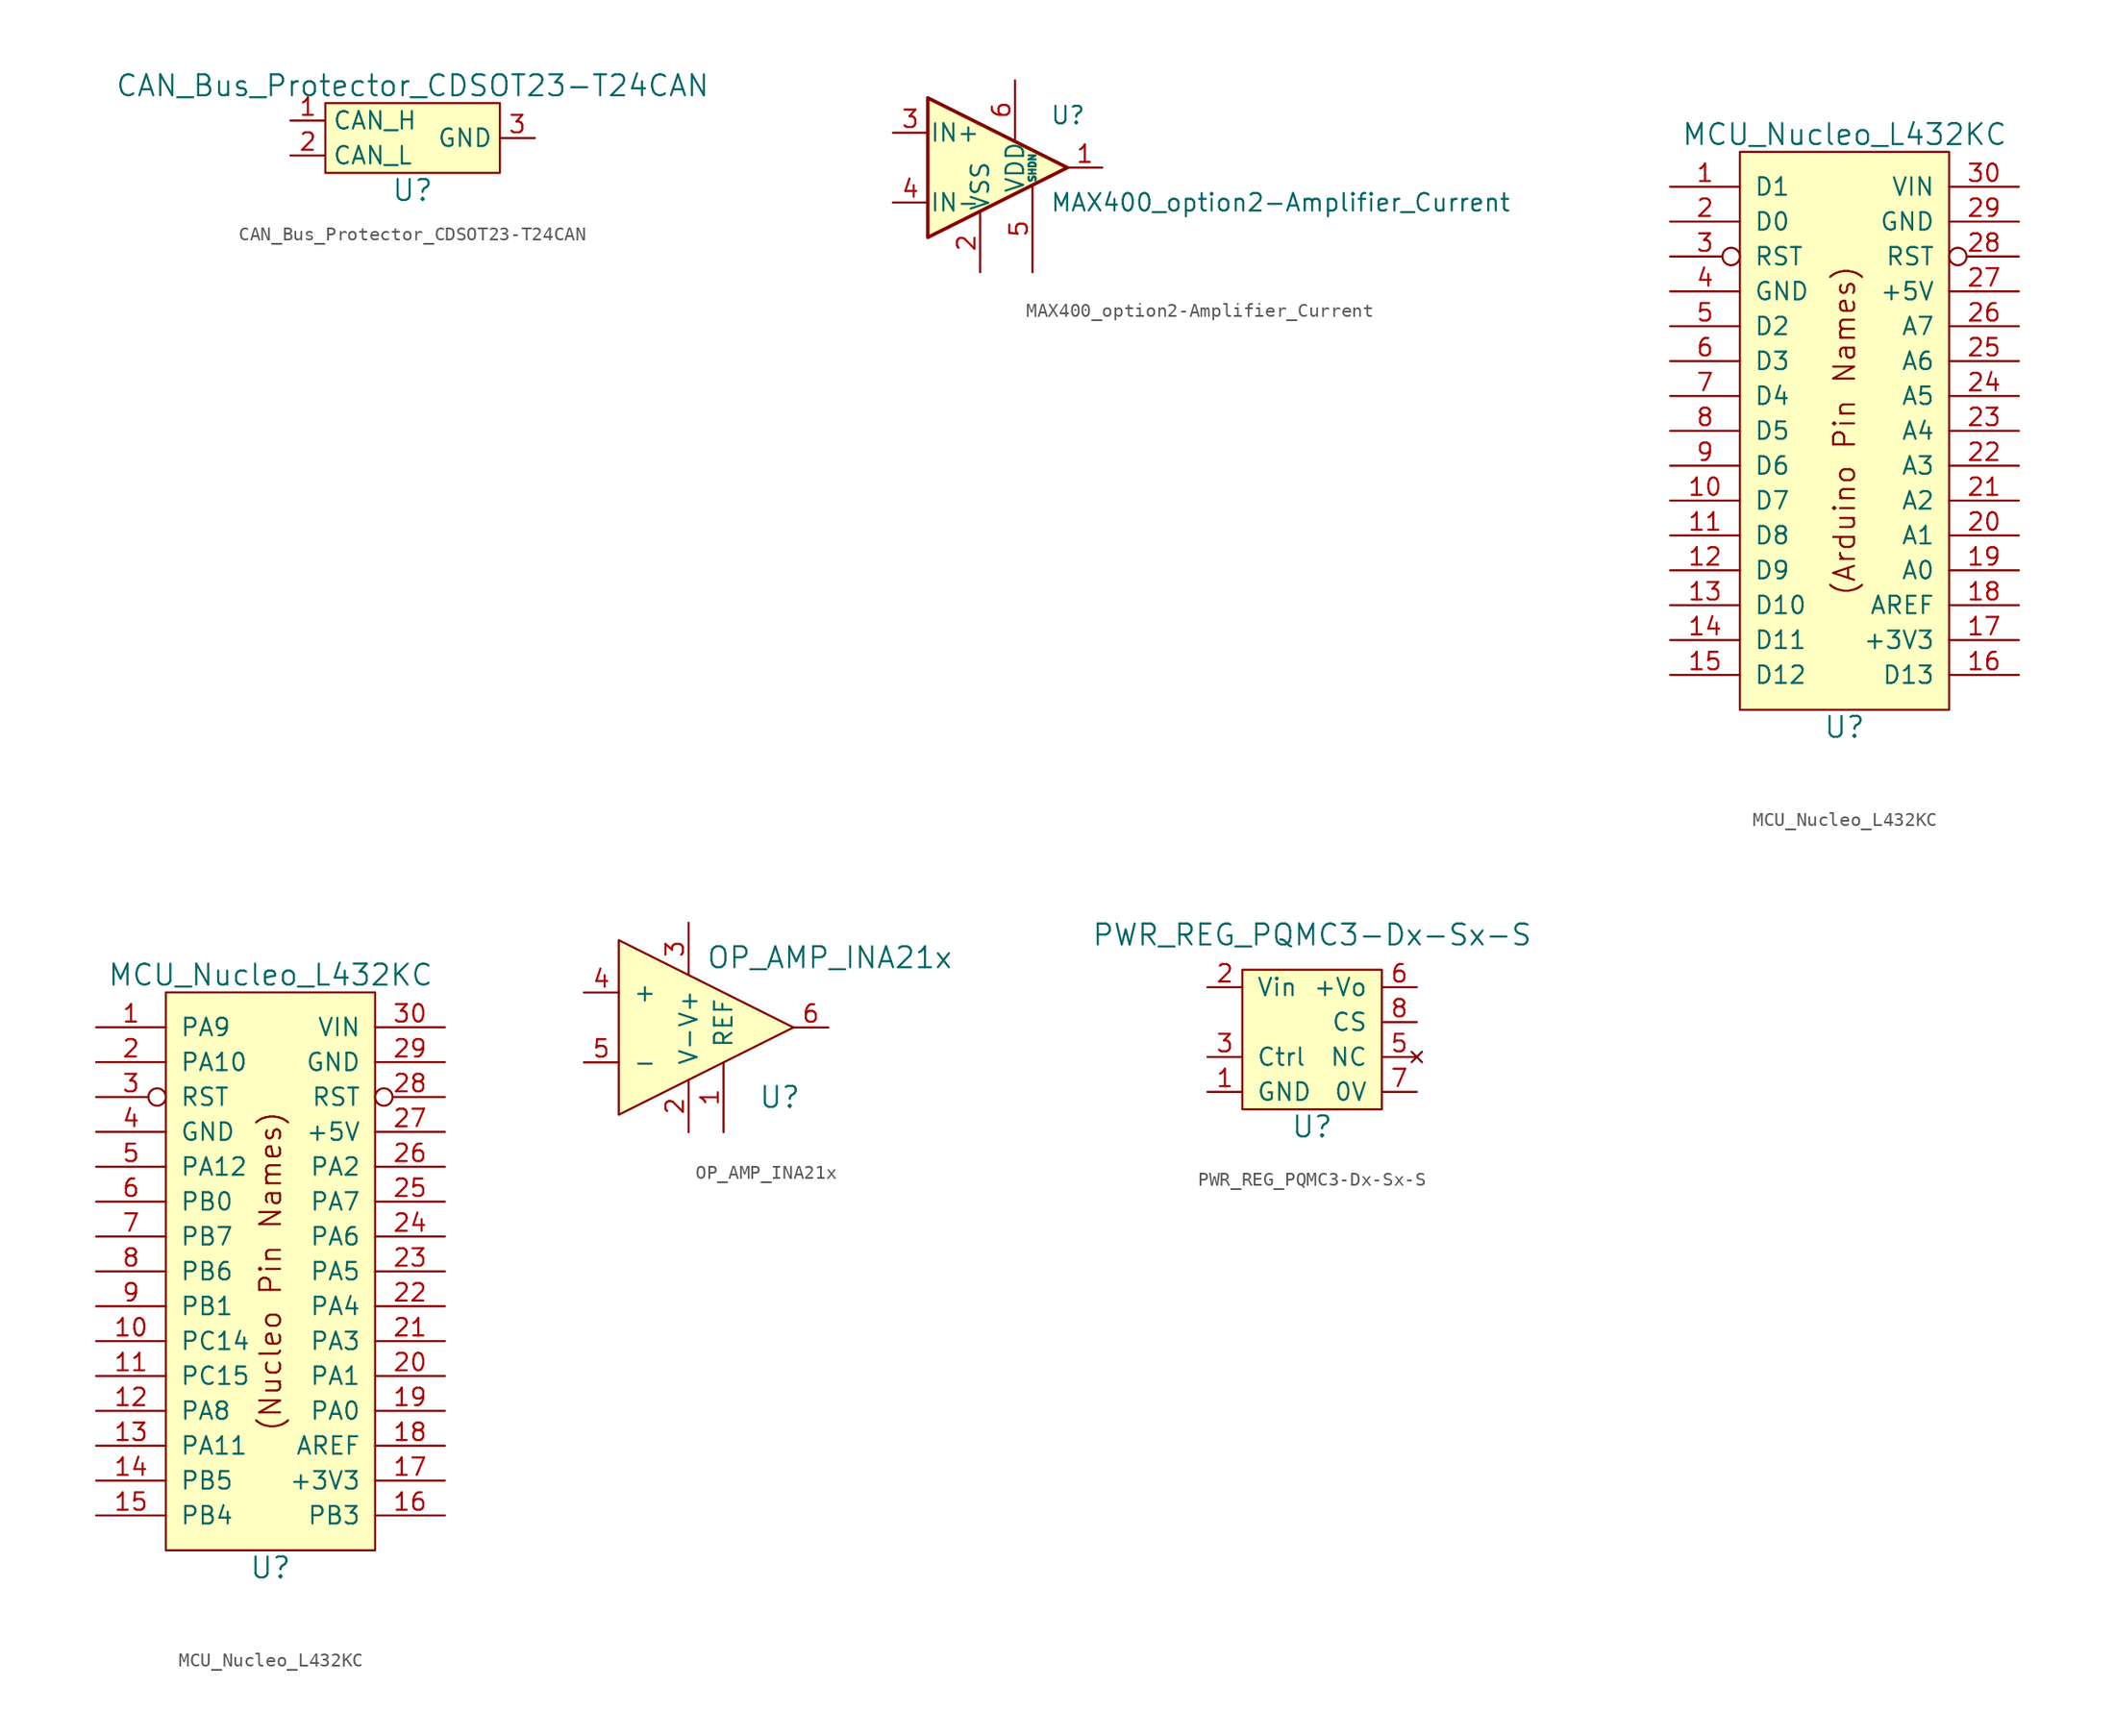
<source format=kicad_sym>
(kicad_symbol_lib
  (version 20211014)
  (generator kicad_symbol_editor)
  (symbol "CAN_Bus_Protector_CDSOT23-T24CAN"
    (property "Reference" "U"
      (at 0 -3.81 0)
      (effects (font (size 1.524 1.524))))
    (property "Value" "CAN_Bus_Protector_CDSOT23-T24CAN"
      (at 0 3.81 0)
      (effects (font (size 1.524 1.524))))
    (symbol "CAN_Bus_Protector_CDSOT23-T24CAN_0_1"
      (rectangle (start 6.35 2.54) (end -6.35 -2.54) (stroke (width 0) (type default) (color 0 0 0 0)) (fill (type background))))
    (symbol "CAN_Bus_Protector_CDSOT23-T24CAN_1_1"
      (pin passive line (at -8.89 1.27 0) (length 2.54) (name "CAN_H" (effects (font (size 1.27 1.27)))) (number "1" (effects (font (size 1.27 1.27)))))
      (pin passive line (at -8.89 -1.27 0) (length 2.54) (name "CAN_L" (effects (font (size 1.27 1.27)))) (number "2" (effects (font (size 1.27 1.27)))))
      (pin passive line (at 8.89 0 180) (length 2.54) (name "GND" (effects (font (size 1.27 1.27)))) (number "3" (effects (font (size 1.27 1.27)))))))
  (symbol "MAX400_option2-Amplifier_Current"
    (pin_names
      (offset 0.127))
    (property "Reference" "U"
      (at 3.81 3.81 0)
      (effects (font (size 1.27 1.27)) (justify left)))
    (property "Value" "MAX400_option2-Amplifier_Current"
      (at 3.81 -2.54 0)
      (effects (font (size 1.27 1.27)) (justify left)))
    (symbol "MAX400_option2-Amplifier_Current_0_1"
      (polyline (pts (xy 5.08 0) (xy -5.08 5.08) (xy -5.08 -5.08) (xy 5.08 0)) (stroke (width 0.254) (type default) (color 0 0 0 0)) (fill (type background))))
    (symbol "MAX400_option2-Amplifier_Current_1_1"
      (pin output line (at 7.62 0 180) (length 2.54) (name "~" (effects (font (size 1.27 1.27)))) (number "1" (effects (font (size 1.27 1.27)))))
      (pin power_in line (at -1.27 -7.62 90) (length 4.293) (name "VSS" (effects (font (size 1.27 1.27)))) (number "2" (effects (font (size 1.27 1.27)))))
      (pin input line (at -7.62 2.54 0) (length 2.54) (name "IN+" (effects (font (size 1.27 1.27)))) (number "3" (effects (font (size 1.27 1.27)))))
      (pin input line (at -7.62 -2.54 0) (length 2.54) (name "IN-" (effects (font (size 1.27 1.27)))) (number "4" (effects (font (size 1.27 1.27)))))
      (pin input line (at 2.54 -7.62 90) (length 6.35) (name "SHDN" (effects (font (size 0.508 0.508)))) (number "5" (effects (font (size 1.27 1.27)))))
      (pin power_in line (at 1.27 6.35 270) (length 4.293) (name "VDD" (effects (font (size 1.27 1.27)))) (number "6" (effects (font (size 1.27 1.27)))))))
  (symbol "MCU_Nucleo_L432KC"
    (pin_names
      (offset 1.016))
    (property "Reference" "U"
      (at 0 -21.59 0)
      (effects (font (size 1.524 1.524))))
    (property "Value" "MCU_Nucleo_L432KC"
      (at 0 21.59 0)
      (effects (font (size 1.524 1.524))))
    (symbol "MCU_Nucleo_L432KC_0_0"
      (rectangle (start -7.62 20.32) (end 7.62 -20.32) (stroke (width 0) (type default) (color 0 0 0 0)) (fill (type background))))
    (symbol "MCU_Nucleo_L432KC_0_1"
      (text "(Arduino Pin Names)" (at 0 0 900) (effects (font (size 1.524 1.524)))))
    (symbol "MCU_Nucleo_L432KC_0_2"
      (text "(Nucleo Pin Names)" (at 0 0 900) (effects (font (size 1.524 1.524)))))
    (symbol "MCU_Nucleo_L432KC_1_1"
      (pin bidirectional line (at -12.7 17.78 0) (length 5.08) (name "D1" (effects (font (size 1.27 1.27)))) (number "1" (effects (font (size 1.27 1.27)))))
      (pin bidirectional line (at -12.7 -5.08 0) (length 5.08) (name "D7" (effects (font (size 1.27 1.27)))) (number "10" (effects (font (size 1.27 1.27)))))
      (pin bidirectional line (at -12.7 -7.62 0) (length 5.08) (name "D8" (effects (font (size 1.27 1.27)))) (number "11" (effects (font (size 1.27 1.27)))))
      (pin bidirectional line (at -12.7 -10.16 0) (length 5.08) (name "D9" (effects (font (size 1.27 1.27)))) (number "12" (effects (font (size 1.27 1.27)))))
      (pin bidirectional line (at -12.7 -12.7 0) (length 5.08) (name "D10" (effects (font (size 1.27 1.27)))) (number "13" (effects (font (size 1.27 1.27)))))
      (pin bidirectional line (at -12.7 -15.24 0) (length 5.08) (name "D11" (effects (font (size 1.27 1.27)))) (number "14" (effects (font (size 1.27 1.27)))))
      (pin bidirectional line (at -12.7 -17.78 0) (length 5.08) (name "D12" (effects (font (size 1.27 1.27)))) (number "15" (effects (font (size 1.27 1.27)))))
      (pin bidirectional line (at 12.7 -17.78 180) (length 5.08) (name "D13" (effects (font (size 1.27 1.27)))) (number "16" (effects (font (size 1.27 1.27)))))
      (pin power_out line (at 12.7 -15.24 180) (length 5.08) (name "+3V3" (effects (font (size 1.27 1.27)))) (number "17" (effects (font (size 1.27 1.27)))))
      (pin input line (at 12.7 -12.7 180) (length 5.08) (name "AREF" (effects (font (size 1.27 1.27)))) (number "18" (effects (font (size 1.27 1.27)))))
      (pin bidirectional line (at 12.7 -10.16 180) (length 5.08) (name "A0" (effects (font (size 1.27 1.27)))) (number "19" (effects (font (size 1.27 1.27)))))
      (pin bidirectional line (at -12.7 15.24 0) (length 5.08) (name "D0" (effects (font (size 1.27 1.27)))) (number "2" (effects (font (size 1.27 1.27)))))
      (pin bidirectional line (at 12.7 -7.62 180) (length 5.08) (name "A1" (effects (font (size 1.27 1.27)))) (number "20" (effects (font (size 1.27 1.27)))))
      (pin bidirectional line (at 12.7 -5.08 180) (length 5.08) (name "A2" (effects (font (size 1.27 1.27)))) (number "21" (effects (font (size 1.27 1.27)))))
      (pin bidirectional line (at 12.7 -2.54 180) (length 5.08) (name "A3" (effects (font (size 1.27 1.27)))) (number "22" (effects (font (size 1.27 1.27)))))
      (pin bidirectional line (at 12.7 0 180) (length 5.08) (name "A4" (effects (font (size 1.27 1.27)))) (number "23" (effects (font (size 1.27 1.27)))))
      (pin bidirectional line (at 12.7 2.54 180) (length 5.08) (name "A5" (effects (font (size 1.27 1.27)))) (number "24" (effects (font (size 1.27 1.27)))))
      (pin bidirectional line (at 12.7 5.08 180) (length 5.08) (name "A6" (effects (font (size 1.27 1.27)))) (number "25" (effects (font (size 1.27 1.27)))))
      (pin bidirectional line (at 12.7 7.62 180) (length 5.08) (name "A7" (effects (font (size 1.27 1.27)))) (number "26" (effects (font (size 1.27 1.27)))))
      (pin power_out line (at 12.7 10.16 180) (length 5.08) (name "+5V" (effects (font (size 1.27 1.27)))) (number "27" (effects (font (size 1.27 1.27)))))
      (pin input inverted (at 12.7 12.7 180) (length 5.08) (name "RST" (effects (font (size 1.27 1.27)))) (number "28" (effects (font (size 1.27 1.27)))))
      (pin power_in line (at 12.7 15.24 180) (length 5.08) (name "GND" (effects (font (size 1.27 1.27)))) (number "29" (effects (font (size 1.27 1.27)))))
      (pin input inverted (at -12.7 12.7 0) (length 5.08) (name "RST" (effects (font (size 1.27 1.27)))) (number "3" (effects (font (size 1.27 1.27)))))
      (pin power_in line (at 12.7 17.78 180) (length 5.08) (name "VIN" (effects (font (size 1.27 1.27)))) (number "30" (effects (font (size 1.27 1.27)))))
      (pin power_in line (at -12.7 10.16 0) (length 5.08) (name "GND" (effects (font (size 1.27 1.27)))) (number "4" (effects (font (size 1.27 1.27)))))
      (pin bidirectional line (at -12.7 7.62 0) (length 5.08) (name "D2" (effects (font (size 1.27 1.27)))) (number "5" (effects (font (size 1.27 1.27)))))
      (pin bidirectional line (at -12.7 5.08 0) (length 5.08) (name "D3" (effects (font (size 1.27 1.27)))) (number "6" (effects (font (size 1.27 1.27)))))
      (pin bidirectional line (at -12.7 2.54 0) (length 5.08) (name "D4" (effects (font (size 1.27 1.27)))) (number "7" (effects (font (size 1.27 1.27)))))
      (pin bidirectional line (at -12.7 0 0) (length 5.08) (name "D5" (effects (font (size 1.27 1.27)))) (number "8" (effects (font (size 1.27 1.27)))))
      (pin bidirectional line (at -12.7 -2.54 0) (length 5.08) (name "D6" (effects (font (size 1.27 1.27)))) (number "9" (effects (font (size 1.27 1.27))))))
    (symbol "MCU_Nucleo_L432KC_1_2"
      (pin bidirectional line (at -12.7 17.78 0) (length 5.08) (name "PA9" (effects (font (size 1.27 1.27)))) (number "1" (effects (font (size 1.27 1.27)))))
      (pin bidirectional line (at -12.7 -5.08 0) (length 5.08) (name "PC14" (effects (font (size 1.27 1.27)))) (number "10" (effects (font (size 1.27 1.27)))))
      (pin bidirectional line (at -12.7 -7.62 0) (length 5.08) (name "PC15" (effects (font (size 1.27 1.27)))) (number "11" (effects (font (size 1.27 1.27)))))
      (pin bidirectional line (at -12.7 -10.16 0) (length 5.08) (name "PA8" (effects (font (size 1.27 1.27)))) (number "12" (effects (font (size 1.27 1.27)))))
      (pin bidirectional line (at -12.7 -12.7 0) (length 5.08) (name "PA11" (effects (font (size 1.27 1.27)))) (number "13" (effects (font (size 1.27 1.27)))))
      (pin bidirectional line (at -12.7 -15.24 0) (length 5.08) (name "PB5" (effects (font (size 1.27 1.27)))) (number "14" (effects (font (size 1.27 1.27)))))
      (pin bidirectional line (at -12.7 -17.78 0) (length 5.08) (name "PB4" (effects (font (size 1.27 1.27)))) (number "15" (effects (font (size 1.27 1.27)))))
      (pin bidirectional line (at 12.7 -17.78 180) (length 5.08) (name "PB3" (effects (font (size 1.27 1.27)))) (number "16" (effects (font (size 1.27 1.27)))))
      (pin power_out line (at 12.7 -15.24 180) (length 5.08) (name "+3V3" (effects (font (size 1.27 1.27)))) (number "17" (effects (font (size 1.27 1.27)))))
      (pin input line (at 12.7 -12.7 180) (length 5.08) (name "AREF" (effects (font (size 1.27 1.27)))) (number "18" (effects (font (size 1.27 1.27)))))
      (pin bidirectional line (at 12.7 -10.16 180) (length 5.08) (name "PA0" (effects (font (size 1.27 1.27)))) (number "19" (effects (font (size 1.27 1.27)))))
      (pin bidirectional line (at -12.7 15.24 0) (length 5.08) (name "PA10" (effects (font (size 1.27 1.27)))) (number "2" (effects (font (size 1.27 1.27)))))
      (pin bidirectional line (at 12.7 -7.62 180) (length 5.08) (name "PA1" (effects (font (size 1.27 1.27)))) (number "20" (effects (font (size 1.27 1.27)))))
      (pin bidirectional line (at 12.7 -5.08 180) (length 5.08) (name "PA3" (effects (font (size 1.27 1.27)))) (number "21" (effects (font (size 1.27 1.27)))))
      (pin bidirectional line (at 12.7 -2.54 180) (length 5.08) (name "PA4" (effects (font (size 1.27 1.27)))) (number "22" (effects (font (size 1.27 1.27)))))
      (pin bidirectional line (at 12.7 0 180) (length 5.08) (name "PA5" (effects (font (size 1.27 1.27)))) (number "23" (effects (font (size 1.27 1.27)))))
      (pin bidirectional line (at 12.7 2.54 180) (length 5.08) (name "PA6" (effects (font (size 1.27 1.27)))) (number "24" (effects (font (size 1.27 1.27)))))
      (pin bidirectional line (at 12.7 5.08 180) (length 5.08) (name "PA7" (effects (font (size 1.27 1.27)))) (number "25" (effects (font (size 1.27 1.27)))))
      (pin bidirectional line (at 12.7 7.62 180) (length 5.08) (name "PA2" (effects (font (size 1.27 1.27)))) (number "26" (effects (font (size 1.27 1.27)))))
      (pin power_out line (at 12.7 10.16 180) (length 5.08) (name "+5V" (effects (font (size 1.27 1.27)))) (number "27" (effects (font (size 1.27 1.27)))))
      (pin input inverted (at 12.7 12.7 180) (length 5.08) (name "RST" (effects (font (size 1.27 1.27)))) (number "28" (effects (font (size 1.27 1.27)))))
      (pin power_in line (at 12.7 15.24 180) (length 5.08) (name "GND" (effects (font (size 1.27 1.27)))) (number "29" (effects (font (size 1.27 1.27)))))
      (pin input inverted (at -12.7 12.7 0) (length 5.08) (name "RST" (effects (font (size 1.27 1.27)))) (number "3" (effects (font (size 1.27 1.27)))))
      (pin power_in line (at 12.7 17.78 180) (length 5.08) (name "VIN" (effects (font (size 1.27 1.27)))) (number "30" (effects (font (size 1.27 1.27)))))
      (pin power_in line (at -12.7 10.16 0) (length 5.08) (name "GND" (effects (font (size 1.27 1.27)))) (number "4" (effects (font (size 1.27 1.27)))))
      (pin bidirectional line (at -12.7 7.62 0) (length 5.08) (name "PA12" (effects (font (size 1.27 1.27)))) (number "5" (effects (font (size 1.27 1.27)))))
      (pin bidirectional line (at -12.7 5.08 0) (length 5.08) (name "PB0" (effects (font (size 1.27 1.27)))) (number "6" (effects (font (size 1.27 1.27)))))
      (pin bidirectional line (at -12.7 2.54 0) (length 5.08) (name "PB7" (effects (font (size 1.27 1.27)))) (number "7" (effects (font (size 1.27 1.27)))))
      (pin bidirectional line (at -12.7 0 0) (length 5.08) (name "PB6" (effects (font (size 1.27 1.27)))) (number "8" (effects (font (size 1.27 1.27)))))
      (pin bidirectional line (at -12.7 -2.54 0) (length 5.08) (name "PB1" (effects (font (size 1.27 1.27)))) (number "9" (effects (font (size 1.27 1.27)))))))
  (symbol "OP_AMP_INA21x"
    (pin_names
      (offset 1.016))
    (property "Reference" "U"
      (at 5.08 -5.08 0)
      (effects (font (size 1.524 1.524)) (justify left)))
    (property "Value" "OP_AMP_INA21x"
      (at 1.27 5.08 0)
      (effects (font (size 1.524 1.524)) (justify left)))
    (symbol "OP_AMP_INA21x_0_1"
      (polyline (pts (xy -5.08 6.35) (xy 7.62 0) (xy -5.08 -6.35) (xy -5.08 6.35)) (stroke (width 0) (type default) (color 0 0 0 0)) (fill (type background))))
    (symbol "OP_AMP_INA21x_1_1"
      (pin input line (at 2.54 -7.62 90) (length 5.08) (name "REF" (effects (font (size 1.27 1.27)))) (number "1" (effects (font (size 1.27 1.27)))))
      (pin power_in line (at 0 -7.62 90) (length 3.81) (name "V-" (effects (font (size 1.27 1.27)))) (number "2" (effects (font (size 1.27 1.27)))))
      (pin power_in line (at 0 7.62 270) (length 3.81) (name "V+" (effects (font (size 1.27 1.27)))) (number "3" (effects (font (size 1.27 1.27)))))
      (pin input line (at -7.62 2.54 0) (length 2.54) (name "+" (effects (font (size 1.27 1.27)))) (number "4" (effects (font (size 1.27 1.27)))))
      (pin input line (at -7.62 -2.54 0) (length 2.54) (name "-" (effects (font (size 1.27 1.27)))) (number "5" (effects (font (size 1.27 1.27)))))
      (pin output line (at 10.16 0 180) (length 2.54) (name "~" (effects (font (size 1.27 1.27)))) (number "6" (effects (font (size 1.27 1.27)))))))
  (symbol "PWR_REG_PQMC3-Dx-Sx-S"
    (pin_names
      (offset 1.016))
    (property "Reference" "U"
      (at 0 -6.35 0)
      (effects (font (size 1.524 1.524))))
    (property "Value" "PWR_REG_PQMC3-Dx-Sx-S"
      (at 0 7.62 0)
      (effects (font (size 1.524 1.524))))
    (symbol "PWR_REG_PQMC3-Dx-Sx-S_0_1"
      (rectangle (start 5.08 5.08) (end -5.08 -5.08) (stroke (width 0) (type default) (color 0 0 0 0)) (fill (type background))))
    (symbol "PWR_REG_PQMC3-Dx-Sx-S_1_1"
      (pin power_in line (at -7.62 -3.81 0) (length 2.54) (name "GND" (effects (font (size 1.27 1.27)))) (number "1" (effects (font (size 1.27 1.27)))))
      (pin power_in line (at -7.62 3.81 0) (length 2.54) (name "Vin" (effects (font (size 1.27 1.27)))) (number "2" (effects (font (size 1.27 1.27)))))
      (pin input line (at -7.62 -1.27 0) (length 2.54) (name "Ctrl" (effects (font (size 1.27 1.27)))) (number "3" (effects (font (size 1.27 1.27)))))
      (pin no_connect line (at 7.62 -1.27 180) (length 2.54) (name "NC" (effects (font (size 1.27 1.27)))) (number "5" (effects (font (size 1.27 1.27)))))
      (pin power_out line (at 7.62 3.81 180) (length 2.54) (name "+Vo" (effects (font (size 1.27 1.27)))) (number "6" (effects (font (size 1.27 1.27)))))
      (pin power_out line (at 7.62 -3.81 180) (length 2.54) (name "0V" (effects (font (size 1.27 1.27)))) (number "7" (effects (font (size 1.27 1.27)))))
      (pin output line (at 7.62 1.27 180) (length 2.54) (name "CS" (effects (font (size 1.27 1.27)))) (number "8" (effects (font (size 1.27 1.27))))))))
</source>
